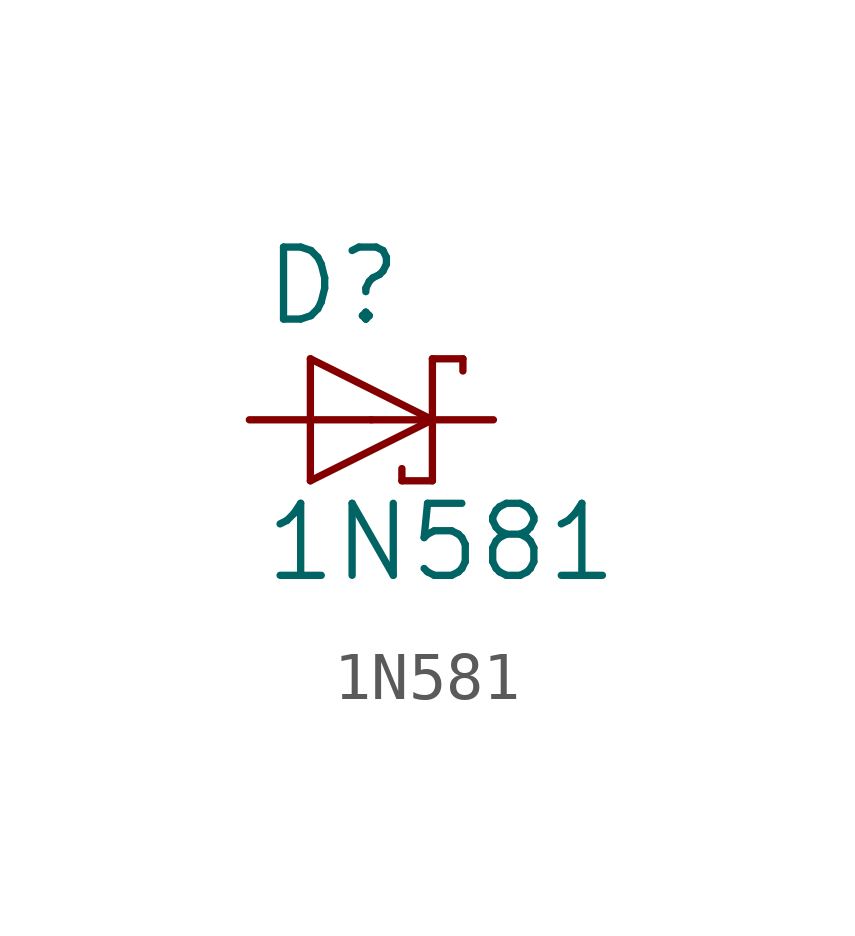
<source format=kicad_sym>
(kicad_symbol_lib
  (version 20211014)
  (generator kicad_symbol_editor)
  (symbol "1N581"
    (pin_names
      (offset 1.016))
    (property "Reference" "D"
      (at -2.286 1.905 0)
      (effects (font (size 1.499 1.499)) (justify left bottom)))
    (property "Value" "1N581"
      (at -2.286 -3.429 0)
      (effects (font (size 1.499 1.499)) (justify left bottom)))
    (property "ki_locked" ""
      (at 0 0 0)
      (effects (font (size 1.27 1.27))))
    (symbol "1N581_1_0"
      (polyline (pts (xy -1.27 -1.27) (xy 1.27 0)) (stroke (width 0) (type default) (color 0 0 0 0)) (fill (type none)))
      (polyline (pts (xy -1.27 1.27) (xy -1.27 -1.27)) (stroke (width 0) (type default) (color 0 0 0 0)) (fill (type none)))
      (polyline (pts (xy 0.635 -1.016) (xy 0.635 -1.27)) (stroke (width 0) (type default) (color 0 0 0 0)) (fill (type none)))
      (polyline (pts (xy 1.27 -1.27) (xy 0.635 -1.27)) (stroke (width 0) (type default) (color 0 0 0 0)) (fill (type none)))
      (polyline (pts (xy 1.27 0) (xy -1.27 1.27)) (stroke (width 0) (type default) (color 0 0 0 0)) (fill (type none)))
      (polyline (pts (xy 1.27 0) (xy 1.27 -1.27)) (stroke (width 0) (type default) (color 0 0 0 0)) (fill (type none)))
      (polyline (pts (xy 1.27 1.27) (xy 1.27 0)) (stroke (width 0) (type default) (color 0 0 0 0)) (fill (type none)))
      (polyline (pts (xy 1.905 1.27) (xy 1.27 1.27)) (stroke (width 0) (type default) (color 0 0 0 0)) (fill (type none)))
      (polyline (pts (xy 1.905 1.27) (xy 1.905 1.016)) (stroke (width 0) (type default) (color 0 0 0 0)) (fill (type none)))
      (pin passive line (at -2.54 0 0) (length 2.54) (name "A" (effects (font (size 0 0)))) (number "A" (effects (font (size 0 0)))))
      (pin passive line (at 2.54 0 180) (length 2.54) (name "C" (effects (font (size 0 0)))) (number "C" (effects (font (size 0 0))))))))
</source>
